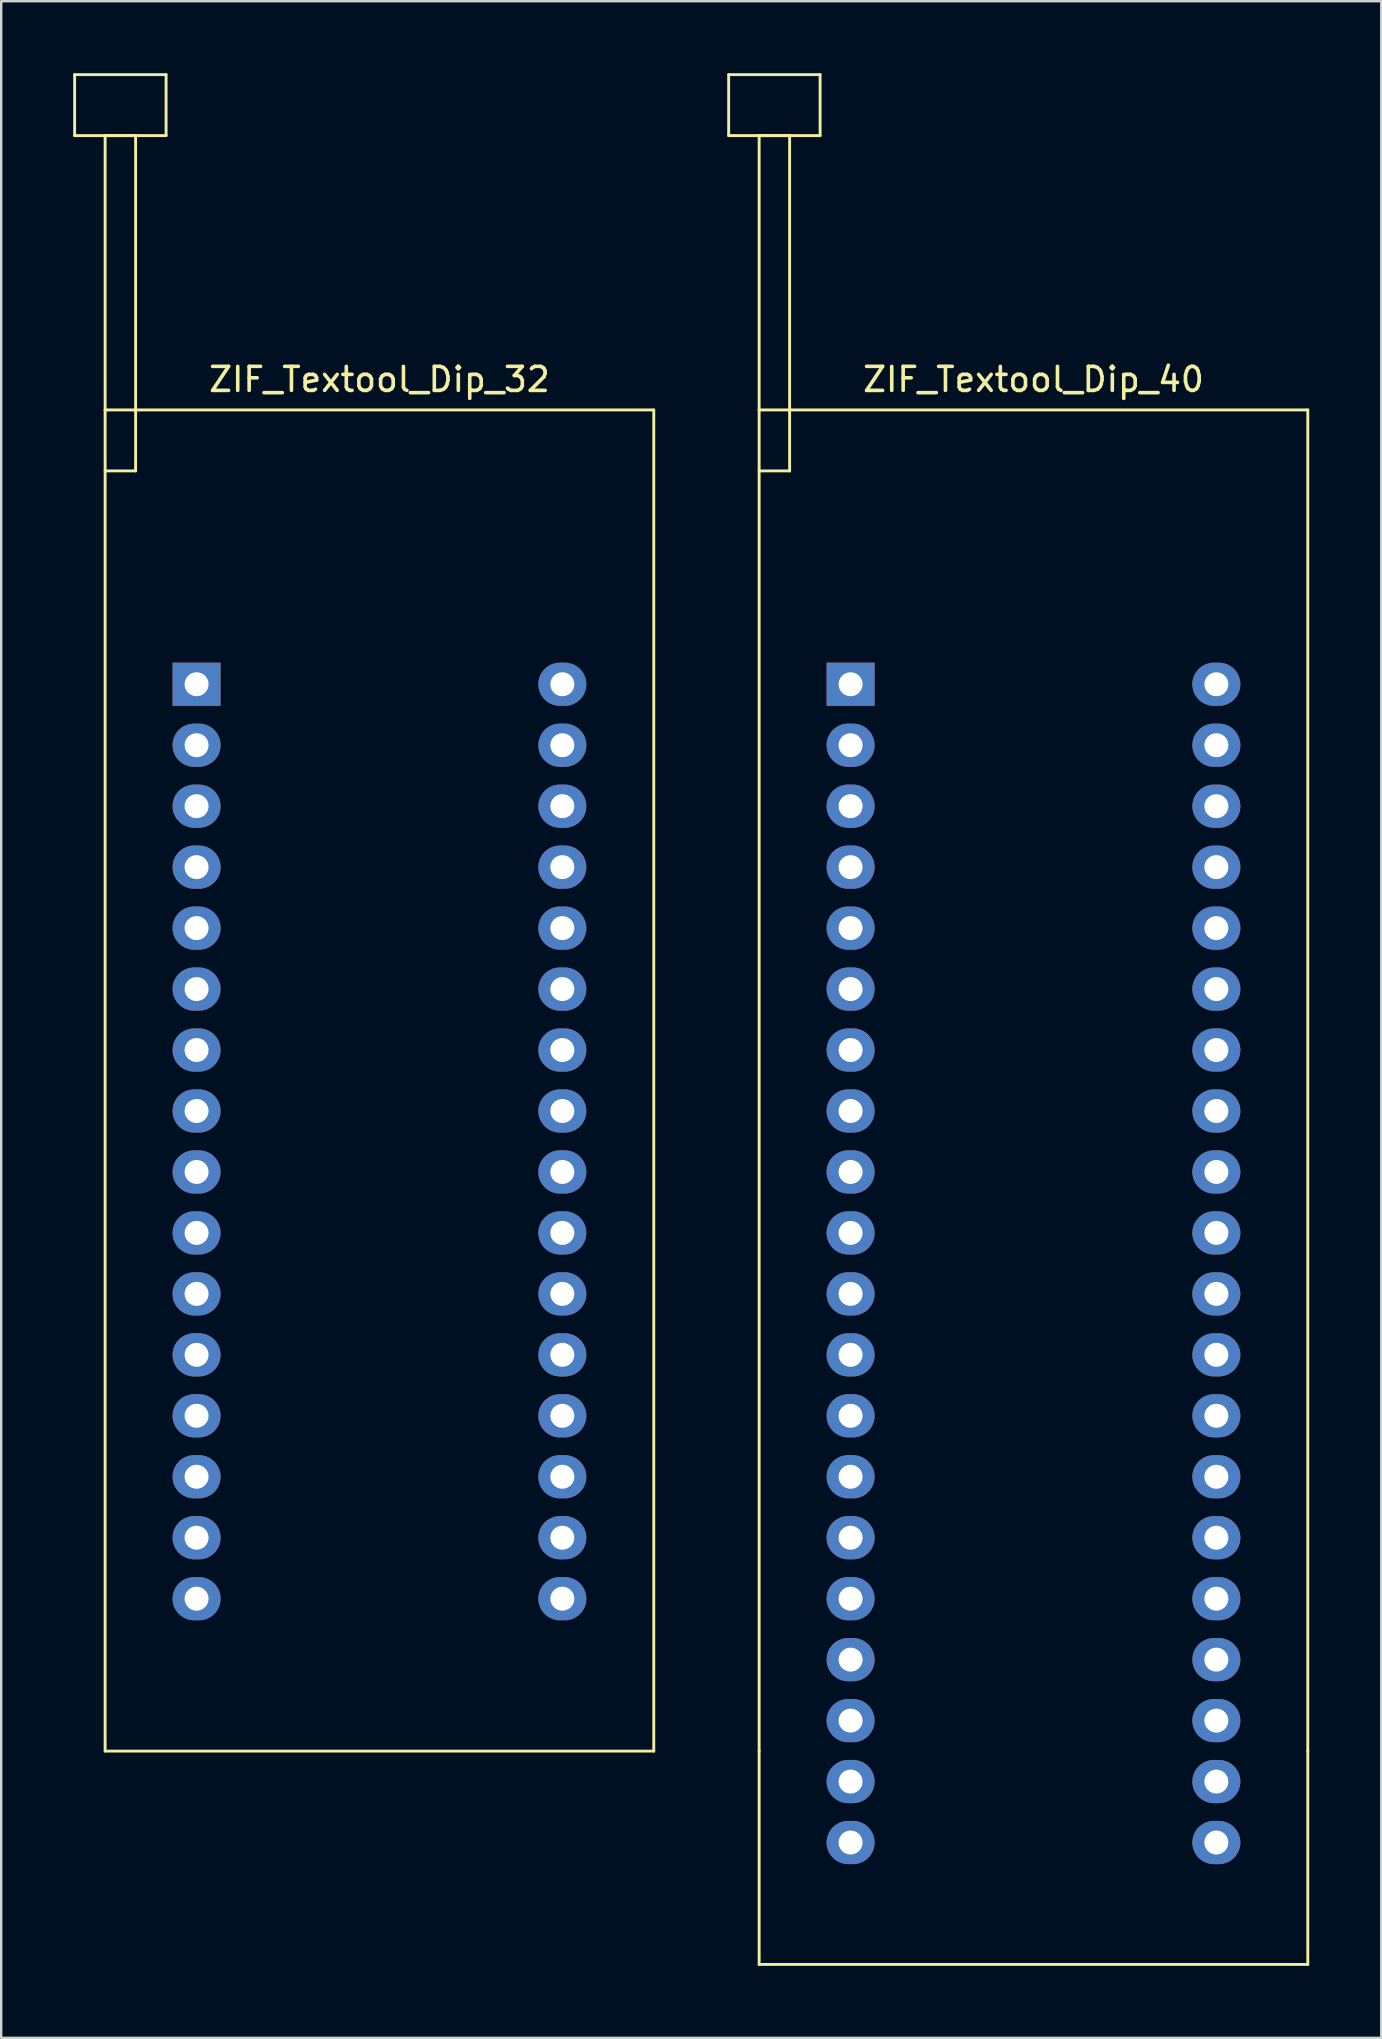
<source format=kicad_pcb>
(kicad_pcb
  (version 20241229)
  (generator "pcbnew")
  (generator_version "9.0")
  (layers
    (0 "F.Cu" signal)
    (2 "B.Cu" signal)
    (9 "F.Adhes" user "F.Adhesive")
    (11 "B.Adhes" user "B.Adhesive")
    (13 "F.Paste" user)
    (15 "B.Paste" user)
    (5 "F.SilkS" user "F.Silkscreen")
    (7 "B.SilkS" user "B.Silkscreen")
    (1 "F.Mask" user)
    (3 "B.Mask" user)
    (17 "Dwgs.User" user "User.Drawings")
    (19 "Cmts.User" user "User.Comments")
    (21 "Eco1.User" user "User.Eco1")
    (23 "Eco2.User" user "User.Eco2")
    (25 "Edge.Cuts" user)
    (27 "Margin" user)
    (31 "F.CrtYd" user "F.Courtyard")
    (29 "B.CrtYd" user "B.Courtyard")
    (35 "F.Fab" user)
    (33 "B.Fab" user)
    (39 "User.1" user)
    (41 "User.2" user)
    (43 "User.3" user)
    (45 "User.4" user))
  (footprint "ZIF_Textool_Dip_40"
    (layer "F.Cu")
    (at 32.39 25.46)
    (property "Reference" "ZIF_Textool_Dip_40" (at 7.62 -12.7 0) (layer "F.SilkS") (effects (font (size 1 1) (thickness 0.15))))
    (attr through_hole)
    (fp_line (start -5.08 -25.4) (end -5.08 -22.86) (stroke (width 0.12) (type solid)) (layer "F.SilkS"))
    (fp_line (start -5.08 -22.86) (end -1.27 -22.86) (stroke (width 0.12) (type solid)) (layer "F.SilkS"))
    (fp_line (start -3.81 -22.86) (end -2.54 -22.86) (stroke (width 0.12) (type solid)) (layer "F.SilkS"))
    (fp_line (start -3.81 -11.43) (end -3.81 -22.86) (stroke (width 0.12) (type solid)) (layer "F.SilkS"))
    (fp_line (start -3.81 -11.43) (end 19.05 -11.43) (stroke (width 0.12) (type solid)) (layer "F.SilkS"))
    (fp_line (start -3.81 44.45) (end -3.81 -11.43) (stroke (width 0.12) (type solid)) (layer "F.SilkS"))
    (fp_line (start -3.81 44.45) (end -3.81 53.34) (stroke (width 0.12) (type solid)) (layer "F.SilkS"))
    (fp_line (start -3.81 53.34) (end 19.05 53.34) (stroke (width 0.12) (type solid)) (layer "F.SilkS"))
    (fp_line (start -2.54 -22.86) (end -2.54 -8.89) (stroke (width 0.12) (type solid)) (layer "F.SilkS"))
    (fp_line (start -2.54 -8.89) (end -3.81 -8.89) (stroke (width 0.12) (type solid)) (layer "F.SilkS"))
    (fp_line (start -1.27 -25.4) (end -5.08 -25.4) (stroke (width 0.12) (type solid)) (layer "F.SilkS"))
    (fp_line (start -1.27 -22.86) (end -1.27 -25.4) (stroke (width 0.12) (type solid)) (layer "F.SilkS"))
    (fp_line (start 19.05 -11.43) (end 19.05 44.45) (stroke (width 0.12) (type solid)) (layer "F.SilkS"))
    (fp_line (start 19.05 53.34) (end 19.05 44.45) (stroke (width 0.12) (type solid)) (layer "F.SilkS"))
    (pad "1" thru_hole rect (at 0 0) (size 2 1.8) (drill 1) (layers "*.Cu" "*.Mask"))
    (pad "2" thru_hole oval (at 0 2.54) (size 2 1.8) (drill 1) (layers "*.Cu" "*.Mask"))
    (pad "3" thru_hole oval (at 0 5.08) (size 2 1.8) (drill 1) (layers "*.Cu" "*.Mask"))
    (pad "4" thru_hole oval (at 0 7.62) (size 2 1.8) (drill 1) (layers "*.Cu" "*.Mask"))
    (pad "5" thru_hole oval (at 0 10.16) (size 2 1.8) (drill 1) (layers "*.Cu" "*.Mask"))
    (pad "6" thru_hole oval (at 0 12.7) (size 2 1.8) (drill 1) (layers "*.Cu" "*.Mask"))
    (pad "7" thru_hole oval (at 0 15.24) (size 2 1.8) (drill 1) (layers "*.Cu" "*.Mask"))
    (pad "8" thru_hole oval (at 0 17.78) (size 2 1.8) (drill 1) (layers "*.Cu" "*.Mask"))
    (pad "9" thru_hole oval (at 0 20.32) (size 2 1.8) (drill 1) (layers "*.Cu" "*.Mask"))
    (pad "10" thru_hole oval (at 0 22.86) (size 2 1.8) (drill 1) (layers "*.Cu" "*.Mask"))
    (pad "11" thru_hole oval (at 0 25.4) (size 2 1.8) (drill 1) (layers "*.Cu" "*.Mask"))
    (pad "12" thru_hole oval (at 0 27.94) (size 2 1.8) (drill 1) (layers "*.Cu" "*.Mask"))
    (pad "13" thru_hole oval (at 0 30.48) (size 2 1.8) (drill 1) (layers "*.Cu" "*.Mask"))
    (pad "14" thru_hole oval (at 0 33.02) (size 2 1.8) (drill 1) (layers "*.Cu" "*.Mask"))
    (pad "15" thru_hole oval (at 0 35.56) (size 2 1.8) (drill 1) (layers "*.Cu" "*.Mask"))
    (pad "16" thru_hole oval (at 0 38.1) (size 2 1.8) (drill 1) (layers "*.Cu" "*.Mask"))
    (pad "17" thru_hole oval (at 0 40.64) (size 2 1.8) (drill 1) (layers "*.Cu" "*.Mask"))
    (pad "18" thru_hole oval (at 0 43.18) (size 2 1.8) (drill 1) (layers "*.Cu" "*.Mask"))
    (pad "19" thru_hole oval (at 0 45.72) (size 2 1.8) (drill 1) (layers "*.Cu" "*.Mask"))
    (pad "20" thru_hole oval (at 0 48.26) (size 2 1.8) (drill 1) (layers "*.Cu" "*.Mask"))
    (pad "21" thru_hole oval (at 15.24 48.26) (size 2 1.8) (drill 1) (layers "*.Cu" "*.Mask"))
    (pad "22" thru_hole oval (at 15.24 45.72) (size 2 1.8) (drill 1) (layers "*.Cu" "*.Mask"))
    (pad "23" thru_hole oval (at 15.24 43.18) (size 2 1.8) (drill 1) (layers "*.Cu" "*.Mask"))
    (pad "24" thru_hole oval (at 15.24 40.64) (size 2 1.8) (drill 1) (layers "*.Cu" "*.Mask"))
    (pad "25" thru_hole oval (at 15.24 38.1) (size 2 1.8) (drill 1) (layers "*.Cu" "*.Mask"))
    (pad "26" thru_hole oval (at 15.24 35.56) (size 2 1.8) (drill 1) (layers "*.Cu" "*.Mask"))
    (pad "27" thru_hole oval (at 15.24 33.02) (size 2 1.8) (drill 1) (layers "*.Cu" "*.Mask"))
    (pad "28" thru_hole oval (at 15.24 30.48) (size 2 1.8) (drill 1) (layers "*.Cu" "*.Mask"))
    (pad "29" thru_hole oval (at 15.24 27.94) (size 2 1.8) (drill 1) (layers "*.Cu" "*.Mask"))
    (pad "30" thru_hole oval (at 15.24 25.4) (size 2 1.8) (drill 1) (layers "*.Cu" "*.Mask"))
    (pad "31" thru_hole oval (at 15.24 22.86) (size 2 1.8) (drill 1) (layers "*.Cu" "*.Mask"))
    (pad "32" thru_hole oval (at 15.24 20.32) (size 2 1.8) (drill 1) (layers "*.Cu" "*.Mask"))
    (pad "33" thru_hole oval (at 15.24 17.78) (size 2 1.8) (drill 1) (layers "*.Cu" "*.Mask"))
    (pad "34" thru_hole oval (at 15.24 15.24) (size 2 1.8) (drill 1) (layers "*.Cu" "*.Mask"))
    (pad "35" thru_hole oval (at 15.24 12.7) (size 2 1.8) (drill 1) (layers "*.Cu" "*.Mask"))
    (pad "36" thru_hole oval (at 15.24 10.16) (size 2 1.8) (drill 1) (layers "*.Cu" "*.Mask"))
    (pad "37" thru_hole oval (at 15.24 7.62) (size 2 1.8) (drill 1) (layers "*.Cu" "*.Mask"))
    (pad "38" thru_hole oval (at 15.24 5.08) (size 2 1.8) (drill 1) (layers "*.Cu" "*.Mask"))
    (pad "39" thru_hole oval (at 15.24 2.54) (size 2 1.8) (drill 1) (layers "*.Cu" "*.Mask"))
    (pad "40" thru_hole oval (at 15.24 0) (size 2 1.8) (drill 1) (layers "*.Cu" "*.Mask")))
  (footprint "ZIF_Textool_Dip_32"
    (layer "F.Cu")
    (at 5.14 25.46)
    (property "Reference" "ZIF_Textool_Dip_32" (at 7.62 -12.7 0) (layer "F.SilkS") (effects (font (size 1 1) (thickness 0.15))))
    (attr through_hole)
    (fp_line (start -5.08 -25.4) (end -5.08 -22.86) (stroke (width 0.12) (type solid)) (layer "F.SilkS"))
    (fp_line (start -5.08 -22.86) (end -1.27 -22.86) (stroke (width 0.12) (type solid)) (layer "F.SilkS"))
    (fp_line (start -3.81 -22.86) (end -2.54 -22.86) (stroke (width 0.12) (type solid)) (layer "F.SilkS"))
    (fp_line (start -3.81 -11.43) (end -3.81 -22.86) (stroke (width 0.12) (type solid)) (layer "F.SilkS"))
    (fp_line (start -3.81 -11.43) (end 19.05 -11.43) (stroke (width 0.12) (type solid)) (layer "F.SilkS"))
    (fp_line (start -3.81 44.45) (end -3.81 -11.43) (stroke (width 0.12) (type solid)) (layer "F.SilkS"))
    (fp_line (start -2.54 -22.86) (end -2.54 -8.89) (stroke (width 0.12) (type solid)) (layer "F.SilkS"))
    (fp_line (start -2.54 -8.89) (end -3.81 -8.89) (stroke (width 0.12) (type solid)) (layer "F.SilkS"))
    (fp_line (start -1.27 -25.4) (end -5.08 -25.4) (stroke (width 0.12) (type solid)) (layer "F.SilkS"))
    (fp_line (start -1.27 -22.86) (end -1.27 -25.4) (stroke (width 0.12) (type solid)) (layer "F.SilkS"))
    (fp_line (start 19.05 -11.43) (end 19.05 44.45) (stroke (width 0.12) (type solid)) (layer "F.SilkS"))
    (fp_line (start 19.05 44.45) (end -3.81 44.45) (stroke (width 0.12) (type solid)) (layer "F.SilkS"))
    (pad "1" thru_hole rect (at 0 0) (size 2 1.8) (drill 1) (layers "*.Cu" "*.Mask"))
    (pad "2" thru_hole oval (at 0 2.54) (size 2 1.8) (drill 1) (layers "*.Cu" "*.Mask"))
    (pad "3" thru_hole oval (at 0 5.08) (size 2 1.8) (drill 1) (layers "*.Cu" "*.Mask"))
    (pad "4" thru_hole oval (at 0 7.62) (size 2 1.8) (drill 1) (layers "*.Cu" "*.Mask"))
    (pad "5" thru_hole oval (at 0 10.16) (size 2 1.8) (drill 1) (layers "*.Cu" "*.Mask"))
    (pad "6" thru_hole oval (at 0 12.7) (size 2 1.8) (drill 1) (layers "*.Cu" "*.Mask"))
    (pad "7" thru_hole oval (at 0 15.24) (size 2 1.8) (drill 1) (layers "*.Cu" "*.Mask"))
    (pad "8" thru_hole oval (at 0 17.78) (size 2 1.8) (drill 1) (layers "*.Cu" "*.Mask"))
    (pad "9" thru_hole oval (at 0 20.32) (size 2 1.8) (drill 1) (layers "*.Cu" "*.Mask"))
    (pad "10" thru_hole oval (at 0 22.86) (size 2 1.8) (drill 1) (layers "*.Cu" "*.Mask"))
    (pad "11" thru_hole oval (at 0 25.4) (size 2 1.8) (drill 1) (layers "*.Cu" "*.Mask"))
    (pad "12" thru_hole oval (at 0 27.94) (size 2 1.8) (drill 1) (layers "*.Cu" "*.Mask"))
    (pad "13" thru_hole oval (at 0 30.48) (size 2 1.8) (drill 1) (layers "*.Cu" "*.Mask"))
    (pad "14" thru_hole oval (at 0 33.02) (size 2 1.8) (drill 1) (layers "*.Cu" "*.Mask"))
    (pad "15" thru_hole oval (at 0 35.56) (size 2 1.8) (drill 1) (layers "*.Cu" "*.Mask"))
    (pad "16" thru_hole oval (at 0 38.1) (size 2 1.8) (drill 1) (layers "*.Cu" "*.Mask"))
    (pad "17" thru_hole oval (at 15.24 38.1) (size 2 1.8) (drill 1) (layers "*.Cu" "*.Mask"))
    (pad "18" thru_hole oval (at 15.24 35.56) (size 2 1.8) (drill 1) (layers "*.Cu" "*.Mask"))
    (pad "19" thru_hole oval (at 15.24 33.02) (size 2 1.8) (drill 1) (layers "*.Cu" "*.Mask"))
    (pad "20" thru_hole oval (at 15.24 30.48) (size 2 1.8) (drill 1) (layers "*.Cu" "*.Mask"))
    (pad "21" thru_hole oval (at 15.24 27.94) (size 2 1.8) (drill 1) (layers "*.Cu" "*.Mask"))
    (pad "22" thru_hole oval (at 15.24 25.4) (size 2 1.8) (drill 1) (layers "*.Cu" "*.Mask"))
    (pad "23" thru_hole oval (at 15.24 22.86) (size 2 1.8) (drill 1) (layers "*.Cu" "*.Mask"))
    (pad "24" thru_hole oval (at 15.24 20.32) (size 2 1.8) (drill 1) (layers "*.Cu" "*.Mask"))
    (pad "25" thru_hole oval (at 15.24 17.78) (size 2 1.8) (drill 1) (layers "*.Cu" "*.Mask"))
    (pad "26" thru_hole oval (at 15.24 15.24) (size 2 1.8) (drill 1) (layers "*.Cu" "*.Mask"))
    (pad "27" thru_hole oval (at 15.24 12.7) (size 2 1.8) (drill 1) (layers "*.Cu" "*.Mask"))
    (pad "28" thru_hole oval (at 15.24 10.16) (size 2 1.8) (drill 1) (layers "*.Cu" "*.Mask"))
    (pad "29" thru_hole oval (at 15.24 7.62) (size 2 1.8) (drill 1) (layers "*.Cu" "*.Mask"))
    (pad "30" thru_hole oval (at 15.24 5.08) (size 2 1.8) (drill 1) (layers "*.Cu" "*.Mask"))
    (pad "31" thru_hole oval (at 15.24 2.54) (size 2 1.8) (drill 1) (layers "*.Cu" "*.Mask"))
    (pad "32" thru_hole oval (at 15.24 0) (size 2 1.8) (drill 1) (layers "*.Cu" "*.Mask")))
  (gr_rect
    (start -3 -3)
    (end 54.5 81.86)
    (stroke (width 0.1) (type default))
    (fill no)
    (layer "Edge.Cuts")))
</source>
